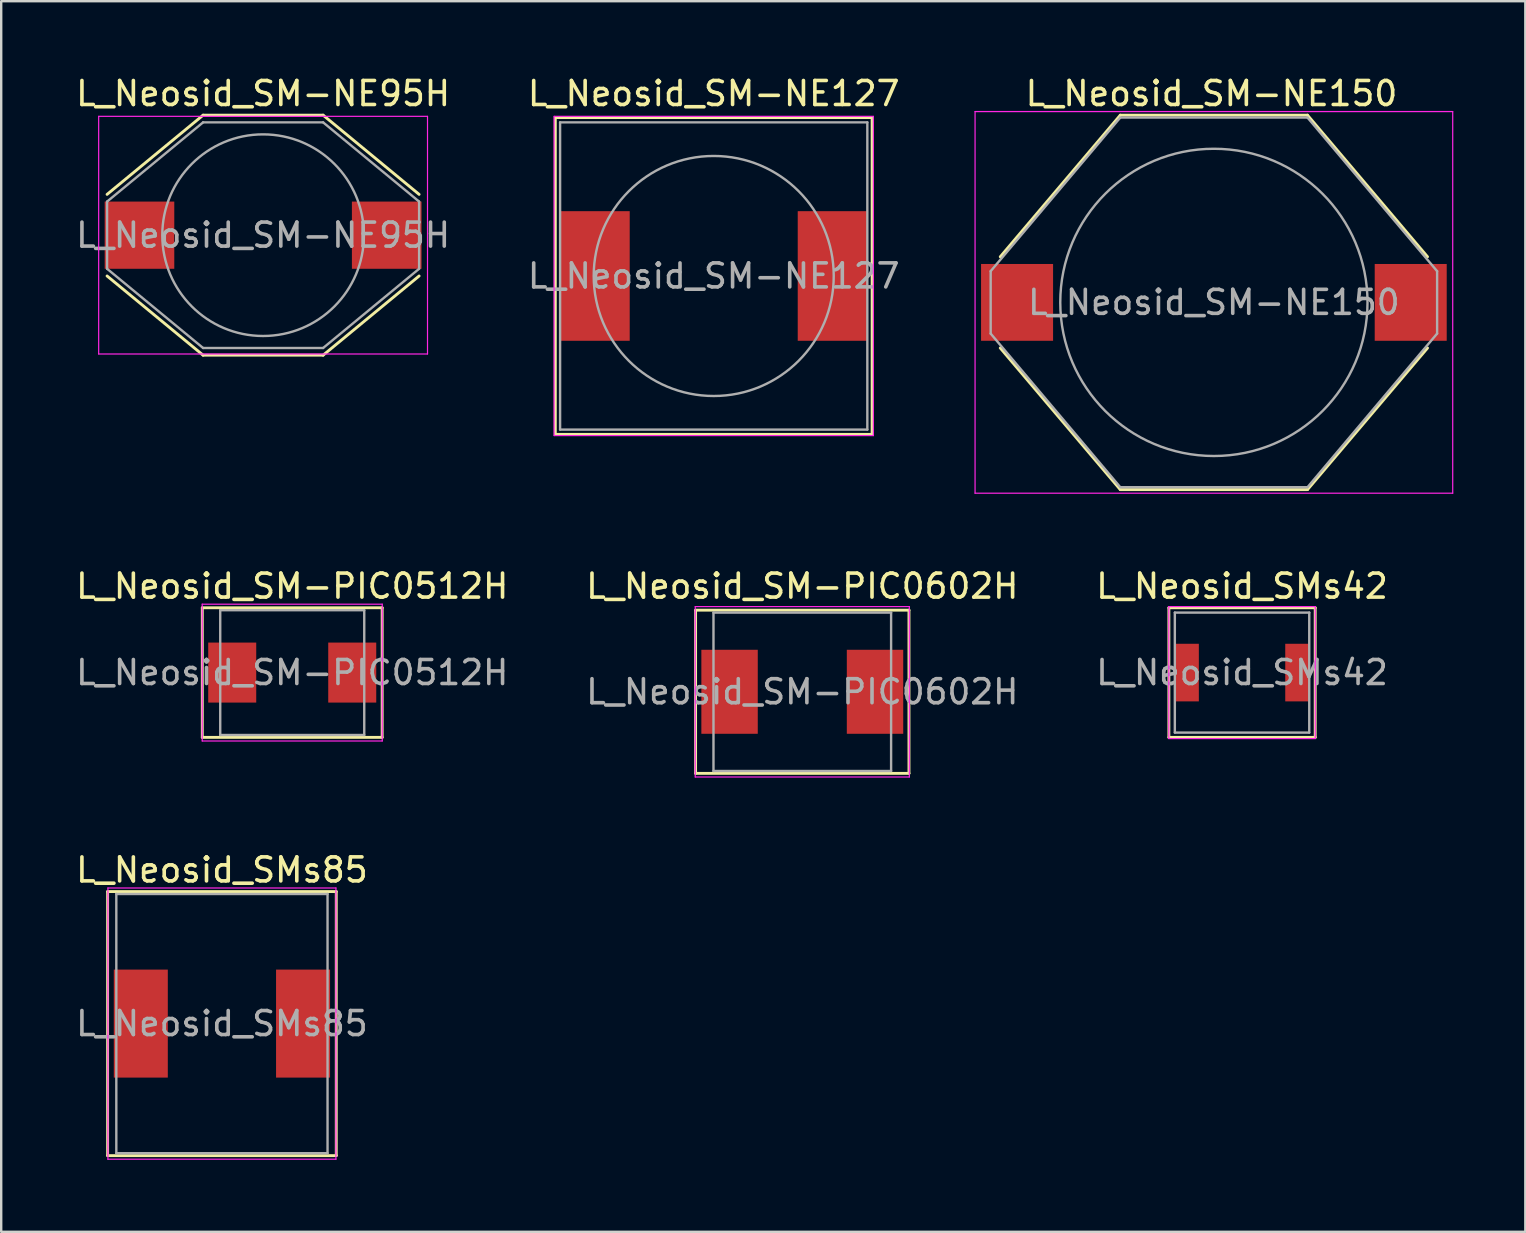
<source format=kicad_pcb>
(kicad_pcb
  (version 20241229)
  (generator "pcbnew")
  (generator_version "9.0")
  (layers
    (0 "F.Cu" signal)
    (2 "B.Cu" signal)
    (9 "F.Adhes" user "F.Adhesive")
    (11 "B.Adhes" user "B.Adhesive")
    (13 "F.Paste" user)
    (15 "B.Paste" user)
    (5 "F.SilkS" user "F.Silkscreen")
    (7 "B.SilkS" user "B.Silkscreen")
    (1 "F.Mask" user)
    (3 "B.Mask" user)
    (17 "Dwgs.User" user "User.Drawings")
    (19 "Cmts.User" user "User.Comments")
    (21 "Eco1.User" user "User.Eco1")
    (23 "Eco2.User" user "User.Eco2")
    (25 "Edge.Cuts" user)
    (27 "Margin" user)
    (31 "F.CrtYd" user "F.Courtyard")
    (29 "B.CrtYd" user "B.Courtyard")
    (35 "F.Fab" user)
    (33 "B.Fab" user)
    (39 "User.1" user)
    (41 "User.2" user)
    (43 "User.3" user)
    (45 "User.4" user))
  (footprint "L_Neosid_SMs42"
    (layer "F.Cu")
    (at 48.696 24.971)
    (property "Reference" "L_Neosid_SMs42" (at 0 -3.6 0) (layer "F.SilkS") (effects (font (size 1 1) (thickness 0.15))))
    (attr smd)
    (fp_line (start -3.048 -2.7) (end -3.048 2.7) (stroke (width 0.12) (type solid)) (layer "F.SilkS"))
    (fp_line (start -3.048 -2.7) (end 3.048 -2.7) (stroke (width 0.12) (type solid)) (layer "F.SilkS"))
    (fp_line (start 3.048 -2.7) (end 3.048 2.7) (stroke (width 0.12) (type solid)) (layer "F.SilkS"))
    (fp_line (start 3.048 2.7) (end -3.048 2.7) (stroke (width 0.12) (type solid)) (layer "F.SilkS"))
    (fp_line (start -3.05 -2.75) (end -3.05 2.75) (stroke (width 0.05) (type solid)) (layer "F.CrtYd"))
    (fp_line (start -3.05 -2.75) (end 3.05 -2.75) (stroke (width 0.05) (type solid)) (layer "F.CrtYd"))
    (fp_line (start 3.05 2.75) (end -3.05 2.75) (stroke (width 0.05) (type solid)) (layer "F.CrtYd"))
    (fp_line (start 3.05 2.75) (end 3.05 -2.75) (stroke (width 0.05) (type solid)) (layer "F.CrtYd"))
    (fp_line (start -2.8 -2.5) (end 2.8 -2.5) (stroke (width 0.1) (type solid)) (layer "F.Fab"))
    (fp_line (start -2.8 2.5) (end -2.8 -2.5) (stroke (width 0.1) (type solid)) (layer "F.Fab"))
    (fp_line (start 2.8 -2.5) (end 2.8 2.5) (stroke (width 0.1) (type solid)) (layer "F.Fab"))
    (fp_line (start 2.8 2.5) (end -2.8 2.5) (stroke (width 0.1) (type solid)) (layer "F.Fab"))
    (fp_text user "${REFERENCE}" (at 0 0 0) (layer "F.Fab") (effects (font (size 1 1) (thickness 0.15))))
    (pad "1" smd rect (at -2.3 0) (size 1 2.4) (layers "F.Cu" "F.Mask" "F.Paste"))
    (pad "2" smd rect (at 2.3 0) (size 1 2.4) (layers "F.Cu" "F.Mask" "F.Paste")))
  (footprint "L_Neosid_SMs85"
    (layer "F.Cu")
    (at 6.196 39.595)
    (property "Reference" "L_Neosid_SMs85" (at 0 -6.4 0) (layer "F.SilkS") (effects (font (size 1 1) (thickness 0.15))))
    (attr smd)
    (fp_line (start -4.763 -5.5) (end -4.763 5.5) (stroke (width 0.12) (type solid)) (layer "F.SilkS"))
    (fp_line (start -4.763 -5.5) (end 4.763 -5.5) (stroke (width 0.12) (type solid)) (layer "F.SilkS"))
    (fp_line (start 4.763 5.5) (end -4.763 5.5) (stroke (width 0.12) (type solid)) (layer "F.SilkS"))
    (fp_line (start 4.763 5.5) (end 4.763 -5.5) (stroke (width 0.12) (type solid)) (layer "F.SilkS"))
    (fp_line (start -4.75 -5.65) (end -4.75 5.65) (stroke (width 0.05) (type solid)) (layer "F.CrtYd"))
    (fp_line (start -4.75 -5.65) (end 4.75 -5.65) (stroke (width 0.05) (type solid)) (layer "F.CrtYd"))
    (fp_line (start 4.75 5.65) (end -4.75 5.65) (stroke (width 0.05) (type solid)) (layer "F.CrtYd"))
    (fp_line (start 4.75 5.65) (end 4.75 -5.65) (stroke (width 0.05) (type solid)) (layer "F.CrtYd"))
    (fp_line (start -4.4 -5.4) (end 4.4 -5.4) (stroke (width 0.1) (type solid)) (layer "F.Fab"))
    (fp_line (start -4.4 5.4) (end -4.4 -5.4) (stroke (width 0.1) (type solid)) (layer "F.Fab"))
    (fp_line (start 4.4 -5.4) (end 4.4 5.4) (stroke (width 0.1) (type solid)) (layer "F.Fab"))
    (fp_line (start 4.4 5.4) (end -4.4 5.4) (stroke (width 0.1) (type solid)) (layer "F.Fab"))
    (fp_text user "${REFERENCE}" (at 0 0 0) (layer "F.Fab") (effects (font (size 1 1) (thickness 0.15))))
    (pad "1" smd rect (at -3.38 0) (size 2.25 4.5) (layers "F.Cu" "F.Mask" "F.Paste"))
    (pad "2" smd rect (at 3.38 0) (size 2.25 4.5) (layers "F.Cu" "F.Mask" "F.Paste")))
  (footprint "L_Neosid_SM-NE127"
    (layer "F.Cu")
    (at 26.685 8.448)
    (property "Reference" "L_Neosid_SM-NE127" (at 0 -7.6 0) (layer "F.SilkS") (effects (font (size 1 1) (thickness 0.15))))
    (attr smd)
    (fp_line (start -6.6 -6.6) (end 6.6 -6.6) (stroke (width 0.12) (type solid)) (layer "F.SilkS"))
    (fp_line (start -6.6 6.6) (end -6.6 -6.6) (stroke (width 0.12) (type solid)) (layer "F.SilkS"))
    (fp_line (start 6.6 -6.6) (end 6.6 6.6) (stroke (width 0.12) (type solid)) (layer "F.SilkS"))
    (fp_line (start 6.6 6.6) (end -6.6 6.6) (stroke (width 0.12) (type solid)) (layer "F.SilkS"))
    (fp_line (start -6.65 -6.65) (end -6.65 6.65) (stroke (width 0.05) (type solid)) (layer "F.CrtYd"))
    (fp_line (start -6.65 -6.65) (end 6.65 -6.65) (stroke (width 0.05) (type solid)) (layer "F.CrtYd"))
    (fp_line (start 6.65 6.65) (end -6.65 6.65) (stroke (width 0.05) (type solid)) (layer "F.CrtYd"))
    (fp_line (start 6.65 6.65) (end 6.65 -6.65) (stroke (width 0.05) (type solid)) (layer "F.CrtYd"))
    (fp_line (start -6.4 -6.4) (end 6.4 -6.4) (stroke (width 0.1) (type solid)) (layer "F.Fab"))
    (fp_line (start -6.4 6.4) (end -6.4 -6.4) (stroke (width 0.1) (type solid)) (layer "F.Fab"))
    (fp_line (start 6.4 -6.4) (end 6.4 6.4) (stroke (width 0.1) (type solid)) (layer "F.Fab"))
    (fp_line (start 6.4 6.4) (end -6.4 6.4) (stroke (width 0.1) (type solid)) (layer "F.Fab"))
    (fp_circle (center 0 0) (end 5 0) (stroke (width 0.1) (type solid)) (fill no) (layer "F.Fab"))
    (fp_text user "${REFERENCE}" (at 0 0 0) (layer "F.Fab") (effects (font (size 1 1) (thickness 0.15))))
    (pad "1" smd rect (at -4.95 0) (size 2.9 5.4) (layers "F.Cu" "F.Mask" "F.Paste"))
    (pad "2" smd rect (at 4.95 0) (size 2.9 5.4) (layers "F.Cu" "F.Mask" "F.Paste")))
  (footprint "L_Neosid_SM-NE95H"
    (layer "F.Cu")
    (at 7.911 6.748)
    (property "Reference" "L_Neosid_SM-NE95H" (at 0 -5.9 0) (layer "F.SilkS") (effects (font (size 1 1) (thickness 0.15))))
    (attr smd)
    (fp_line (start -6.5 -1.7) (end -2.5 -5) (stroke (width 0.12) (type solid)) (layer "F.SilkS"))
    (fp_line (start -2.5 -5) (end 2.5 -5) (stroke (width 0.12) (type solid)) (layer "F.SilkS"))
    (fp_line (start -2.5 5) (end -6.5 1.7) (stroke (width 0.12) (type solid)) (layer "F.SilkS"))
    (fp_line (start 2.5 -5) (end 6.5 -1.7) (stroke (width 0.12) (type solid)) (layer "F.SilkS"))
    (fp_line (start 2.5 5) (end -2.5 5) (stroke (width 0.12) (type solid)) (layer "F.SilkS"))
    (fp_line (start 6.5 1.7) (end 2.5 5) (stroke (width 0.12) (type solid)) (layer "F.SilkS"))
    (fp_line (start -6.85 -4.95) (end -6.85 4.95) (stroke (width 0.05) (type solid)) (layer "F.CrtYd"))
    (fp_line (start -6.85 -4.95) (end 6.85 -4.95) (stroke (width 0.05) (type solid)) (layer "F.CrtYd"))
    (fp_line (start 6.85 4.95) (end -6.85 4.95) (stroke (width 0.05) (type solid)) (layer "F.CrtYd"))
    (fp_line (start 6.85 4.95) (end 6.85 -4.95) (stroke (width 0.05) (type solid)) (layer "F.CrtYd"))
    (fp_line (start -6.5 -1.4) (end -2.5 -4.7) (stroke (width 0.1) (type solid)) (layer "F.Fab"))
    (fp_line (start -6.5 1.4) (end -6.5 -1.4) (stroke (width 0.1) (type solid)) (layer "F.Fab"))
    (fp_line (start -2.5 -4.7) (end 2.5 -4.7) (stroke (width 0.1) (type solid)) (layer "F.Fab"))
    (fp_line (start -2.5 4.7) (end -6.5 1.4) (stroke (width 0.1) (type solid)) (layer "F.Fab"))
    (fp_line (start 2.5 -4.7) (end 6.5 -1.4) (stroke (width 0.1) (type solid)) (layer "F.Fab"))
    (fp_line (start 2.5 4.7) (end -2.5 4.7) (stroke (width 0.1) (type solid)) (layer "F.Fab"))
    (fp_line (start 6.5 -1.4) (end 6.5 1.4) (stroke (width 0.1) (type solid)) (layer "F.Fab"))
    (fp_line (start 6.5 1.4) (end 2.5 4.7) (stroke (width 0.1) (type solid)) (layer "F.Fab"))
    (fp_circle (center 0 0) (end 0 -4.2) (stroke (width 0.1) (type solid)) (fill no) (layer "F.Fab"))
    (fp_text user "${REFERENCE}" (at 0 0 0) (layer "F.Fab") (effects (font (size 1 1) (thickness 0.15))))
    (pad "1" smd rect (at -5.15 0) (size 2.9 2.8) (layers "F.Cu" "F.Mask" "F.Paste"))
    (pad "2" smd rect (at 5.15 0) (size 2.9 2.8) (layers "F.Cu" "F.Mask" "F.Paste")))
  (footprint "L_Neosid_SM-NE150"
    (layer "F.Cu")
    (at 47.523 9.548)
    (property "Reference" "L_Neosid_SM-NE150" (at -0.1 -8.7 0) (layer "F.SilkS") (effects (font (size 1 1) (thickness 0.15))))
    (attr smd)
    (fp_line (start -8.9 1.9) (end -3.9 7.8) (stroke (width 0.12) (type solid)) (layer "F.SilkS"))
    (fp_line (start -3.9 -7.8) (end -8.9 -1.9) (stroke (width 0.12) (type solid)) (layer "F.SilkS"))
    (fp_line (start -3.9 -7.8) (end 3.9 -7.8) (stroke (width 0.12) (type solid)) (layer "F.SilkS"))
    (fp_line (start -3.9 7.8) (end 3.9 7.8) (stroke (width 0.12) (type solid)) (layer "F.SilkS"))
    (fp_line (start 3.9 -7.8) (end 8.9 -1.9) (stroke (width 0.12) (type solid)) (layer "F.SilkS"))
    (fp_line (start 3.9 7.8) (end 8.9 1.9) (stroke (width 0.12) (type solid)) (layer "F.SilkS"))
    (fp_line (start -9.95 -7.95) (end -9.95 7.95) (stroke (width 0.05) (type solid)) (layer "F.CrtYd"))
    (fp_line (start -9.95 -7.95) (end 9.95 -7.95) (stroke (width 0.05) (type solid)) (layer "F.CrtYd"))
    (fp_line (start 9.95 7.95) (end -9.95 7.95) (stroke (width 0.05) (type solid)) (layer "F.CrtYd"))
    (fp_line (start 9.95 7.95) (end 9.95 -7.95) (stroke (width 0.05) (type solid)) (layer "F.CrtYd"))
    (fp_line (start -9.3 -1.3) (end -3.9 -7.7) (stroke (width 0.1) (type solid)) (layer "F.Fab"))
    (fp_line (start -9.3 1.3) (end -9.3 -1.3) (stroke (width 0.1) (type solid)) (layer "F.Fab"))
    (fp_line (start -3.9 -7.7) (end 3.9 -7.7) (stroke (width 0.1) (type solid)) (layer "F.Fab"))
    (fp_line (start -3.9 7.7) (end -9.3 1.3) (stroke (width 0.1) (type solid)) (layer "F.Fab"))
    (fp_line (start 3.9 -7.7) (end 9.3 -1.3) (stroke (width 0.1) (type solid)) (layer "F.Fab"))
    (fp_line (start 3.9 7.7) (end -3.9 7.7) (stroke (width 0.1) (type solid)) (layer "F.Fab"))
    (fp_line (start 9.3 -1.3) (end 9.3 1.3) (stroke (width 0.1) (type solid)) (layer "F.Fab"))
    (fp_line (start 9.3 1.3) (end 3.9 7.7) (stroke (width 0.1) (type solid)) (layer "F.Fab"))
    (fp_circle (center 0 0) (end -6.4 0) (stroke (width 0.1) (type solid)) (fill no) (layer "F.Fab"))
    (fp_text user "${REFERENCE}" (at 0 0 0) (layer "F.Fab") (effects (font (size 1 1) (thickness 0.15))))
    (pad "1" smd rect (at -8.2 0 180) (size 3 3.2) (layers "F.Cu" "F.Mask" "F.Paste"))
    (pad "2" smd rect (at 8.2 0) (size 3 3.2) (layers "F.Cu" "F.Mask" "F.Paste")))
  (footprint "L_Neosid_SM-PIC0512H"
    (layer "F.Cu")
    (at 9.125 24.971)
    (property "Reference" "L_Neosid_SM-PIC0512H" (at 0 -3.6 0) (layer "F.SilkS") (effects (font (size 1 1) (thickness 0.15))))
    (attr smd)
    (fp_line (start -3.747 -2.7) (end -3.747 2.7) (stroke (width 0.12) (type solid)) (layer "F.SilkS"))
    (fp_line (start 3.747 -2.7) (end -3.747 -2.7) (stroke (width 0.12) (type solid)) (layer "F.SilkS"))
    (fp_line (start 3.747 -2.7) (end 3.747 2.7) (stroke (width 0.12) (type solid)) (layer "F.SilkS"))
    (fp_line (start 3.747 2.7) (end -3.747 2.7) (stroke (width 0.12) (type solid)) (layer "F.SilkS"))
    (fp_line (start -3.75 -2.85) (end -3.75 2.85) (stroke (width 0.05) (type solid)) (layer "F.CrtYd"))
    (fp_line (start -3.75 -2.85) (end 3.75 -2.85) (stroke (width 0.05) (type solid)) (layer "F.CrtYd"))
    (fp_line (start 3.75 2.85) (end -3.75 2.85) (stroke (width 0.05) (type solid)) (layer "F.CrtYd"))
    (fp_line (start 3.75 2.85) (end 3.75 -2.85) (stroke (width 0.05) (type solid)) (layer "F.CrtYd"))
    (fp_line (start -3 -2.6) (end 3 -2.6) (stroke (width 0.1) (type solid)) (layer "F.Fab"))
    (fp_line (start -3 2.6) (end -3 -2.6) (stroke (width 0.1) (type solid)) (layer "F.Fab"))
    (fp_line (start 3 -2.6) (end 3 2.6) (stroke (width 0.1) (type solid)) (layer "F.Fab"))
    (fp_line (start 3 2.6) (end -3 2.6) (stroke (width 0.1) (type solid)) (layer "F.Fab"))
    (fp_text user "${REFERENCE}" (at 0 0 0) (layer "F.Fab") (effects (font (size 1 1) (thickness 0.15))))
    (pad "1" smd rect (at -2.5 0 180) (size 2 2.5) (layers "F.Cu" "F.Mask" "F.Paste"))
    (pad "2" smd rect (at 2.5 0 180) (size 2 2.5) (layers "F.Cu" "F.Mask" "F.Paste")))
  (footprint "L_Neosid_SM-PIC0602H"
    (layer "F.Cu")
    (at 30.375 25.771)
    (property "Reference" "L_Neosid_SM-PIC0602H" (at 0 -4.4 0) (layer "F.SilkS") (effects (font (size 1 1) (thickness 0.15))))
    (attr smd)
    (fp_line (start -4.445 -3.4) (end -4.445 3.4) (stroke (width 0.12) (type solid)) (layer "F.SilkS"))
    (fp_line (start -4.445 3.4) (end 4.445 3.4) (stroke (width 0.12) (type solid)) (layer "F.SilkS"))
    (fp_line (start 4.445 -3.4) (end -4.445 -3.4) (stroke (width 0.12) (type solid)) (layer "F.SilkS"))
    (fp_line (start 4.445 -3.4) (end 4.445 3.4) (stroke (width 0.12) (type solid)) (layer "F.SilkS"))
    (fp_line (start -4.46 -3.55) (end -4.46 3.55) (stroke (width 0.05) (type solid)) (layer "F.CrtYd"))
    (fp_line (start -4.46 -3.55) (end 4.46 -3.55) (stroke (width 0.05) (type solid)) (layer "F.CrtYd"))
    (fp_line (start 4.46 3.55) (end -4.46 3.55) (stroke (width 0.05) (type solid)) (layer "F.CrtYd"))
    (fp_line (start 4.46 3.55) (end 4.46 -3.55) (stroke (width 0.05) (type solid)) (layer "F.CrtYd"))
    (fp_line (start -3.7 -3.3) (end -3.7 3.3) (stroke (width 0.1) (type solid)) (layer "F.Fab"))
    (fp_line (start -3.7 3.3) (end 3.7 3.3) (stroke (width 0.1) (type solid)) (layer "F.Fab"))
    (fp_line (start 3.7 -3.3) (end -3.7 -3.3) (stroke (width 0.1) (type solid)) (layer "F.Fab"))
    (fp_line (start 3.7 3.3) (end 3.7 -3.3) (stroke (width 0.1) (type solid)) (layer "F.Fab"))
    (fp_text user "${REFERENCE}" (at 0 0 0) (layer "F.Fab") (effects (font (size 1 1) (thickness 0.15))))
    (pad "1" smd rect (at -3.03 0) (size 2.35 3.5) (layers "F.Cu" "F.Mask" "F.Paste"))
    (pad "2" smd rect (at 3.03 0) (size 2.35 3.5) (layers "F.Cu" "F.Mask" "F.Paste")))
  (gr_rect
    (start -3 -3)
    (end 60.498 48.27)
    (stroke (width 0.1) (type default))
    (fill no)
    (layer "Edge.Cuts")))
</source>
